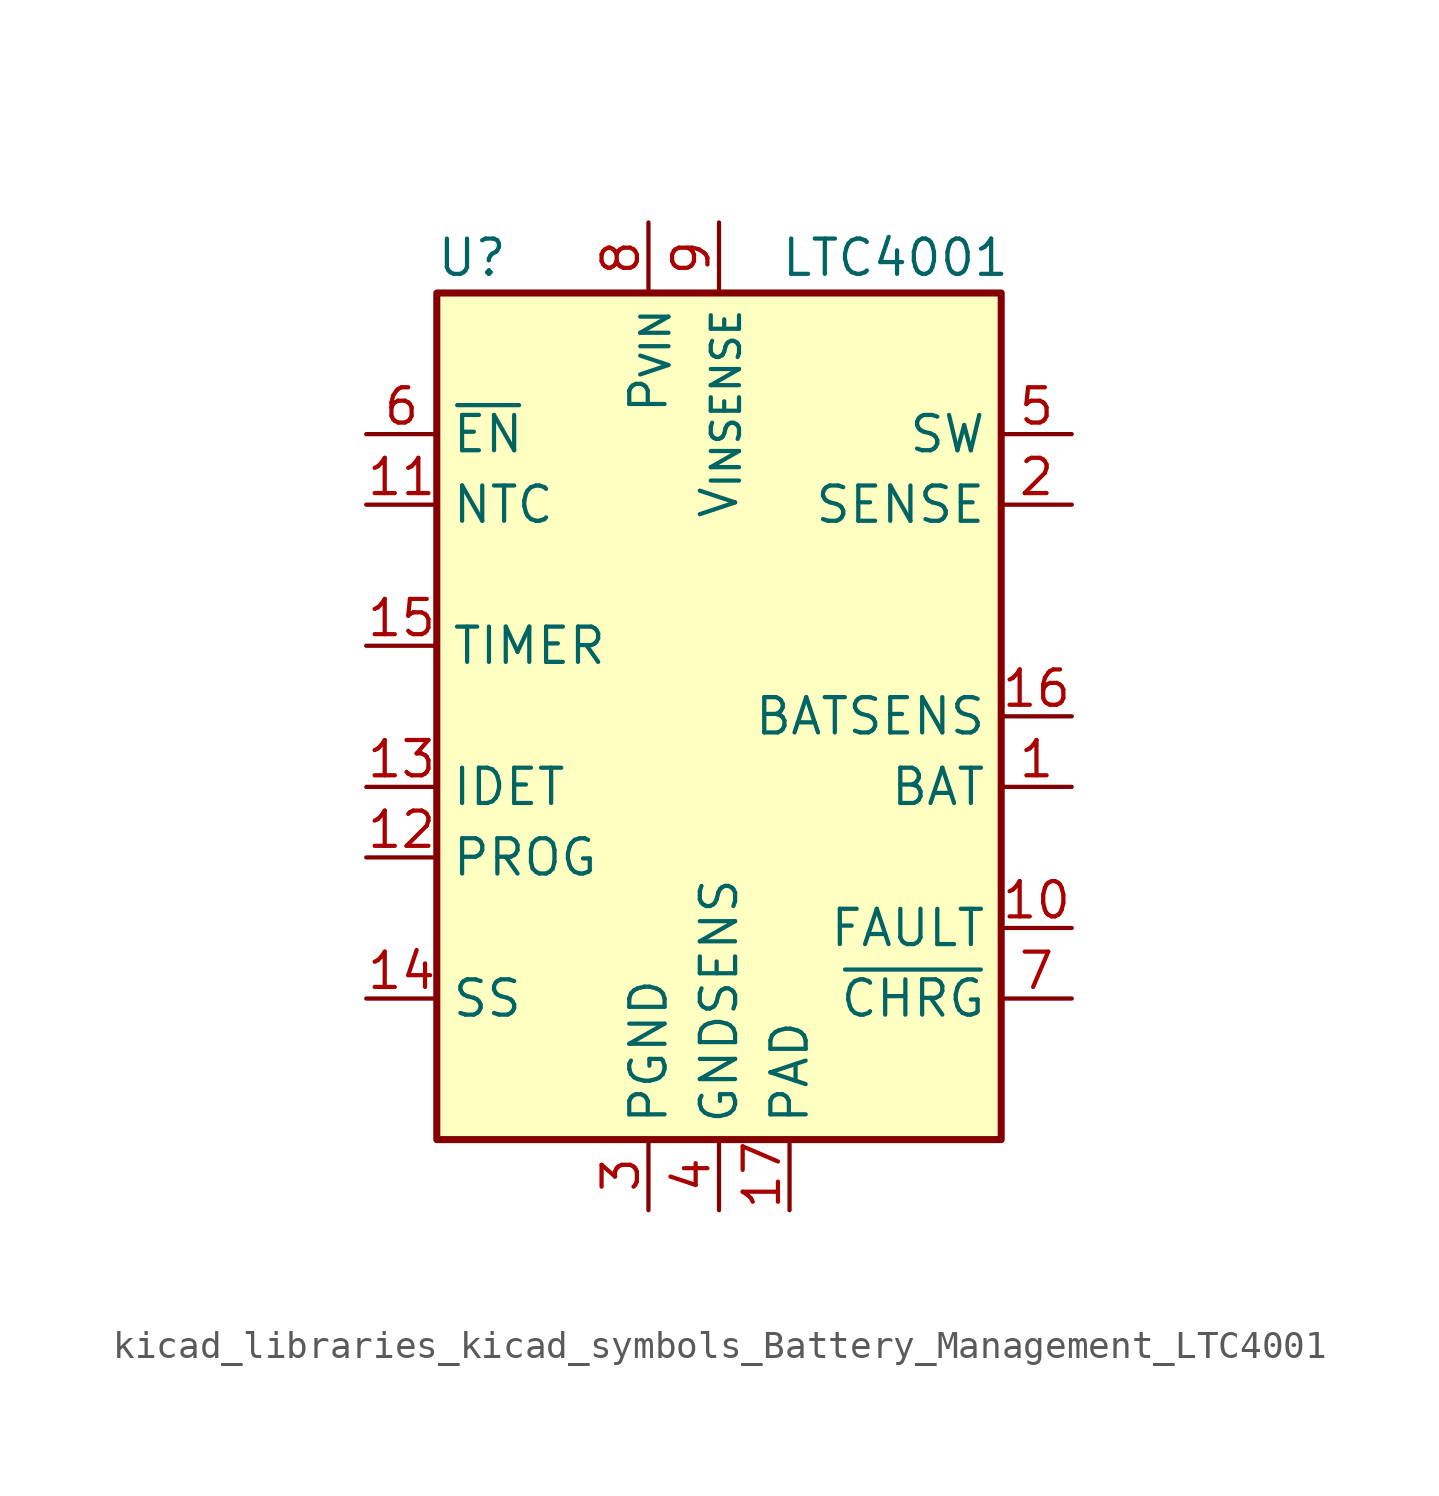
<source format=kicad_sym>
(kicad_symbol_lib
  (version 20220914)
  (generator kicad_symbol_editor)
  (symbol "kicad_libraries_kicad_symbols_Battery_Management_LTC4001"
    (property "Reference" "U"
      (at -8.89 16.51 0)
      (effects (font (size 1.27 1.27))))
    (property "Value" "LTC4001"
      (at 6.35 16.51 0)
      (effects (font (size 1.27 1.27))))
    (symbol "kicad_libraries_kicad_symbols_Battery_Management_LTC4001_0_1"
      (rectangle (start -10.16 15.24) (end 10.16 -15.24) (stroke (width 0.254) (type default)) (fill (type background))))
    (symbol "kicad_libraries_kicad_symbols_Battery_Management_LTC4001_1_1"
      (pin output line (at 12.7 -2.54 180) (length 2.54) (name "BAT" (effects (font (size 1.27 1.27)))) (number "1" (effects (font (size 1.27 1.27)))))
      (pin output line (at 12.7 -7.62 180) (length 2.54) (name "FAULT" (effects (font (size 1.27 1.27)))) (number "10" (effects (font (size 1.27 1.27)))))
      (pin input line (at -12.7 7.62 0) (length 2.54) (name "NTC" (effects (font (size 1.27 1.27)))) (number "11" (effects (font (size 1.27 1.27)))))
      (pin input line (at -12.7 -5.08 0) (length 2.54) (name "PROG" (effects (font (size 1.27 1.27)))) (number "12" (effects (font (size 1.27 1.27)))))
      (pin input line (at -12.7 -2.54 0) (length 2.54) (name "IDET" (effects (font (size 1.27 1.27)))) (number "13" (effects (font (size 1.27 1.27)))))
      (pin input line (at -12.7 -10.16 0) (length 2.54) (name "SS" (effects (font (size 1.27 1.27)))) (number "14" (effects (font (size 1.27 1.27)))))
      (pin input line (at -12.7 2.54 0) (length 2.54) (name "TIMER" (effects (font (size 1.27 1.27)))) (number "15" (effects (font (size 1.27 1.27)))))
      (pin input line (at 12.7 0 180) (length 2.54) (name "BATSENS" (effects (font (size 1.27 1.27)))) (number "16" (effects (font (size 1.27 1.27)))))
      (pin power_in line (at 2.54 -17.78 90) (length 2.54) (name "PAD" (effects (font (size 1.27 1.27)))) (number "17" (effects (font (size 1.27 1.27)))))
      (pin input line (at 12.7 7.62 180) (length 2.54) (name "SENSE" (effects (font (size 1.27 1.27)))) (number "2" (effects (font (size 1.27 1.27)))))
      (pin power_in line (at -2.54 -17.78 90) (length 2.54) (name "PGND" (effects (font (size 1.27 1.27)))) (number "3" (effects (font (size 1.27 1.27)))))
      (pin power_in line (at 0 -17.78 90) (length 2.54) (name "GNDSENS" (effects (font (size 1.27 1.27)))) (number "4" (effects (font (size 1.27 1.27)))))
      (pin output line (at 12.7 10.16 180) (length 2.54) (name "SW" (effects (font (size 1.27 1.27)))) (number "5" (effects (font (size 1.27 1.27)))))
      (pin input line (at -12.7 10.16 0) (length 2.54) (name "~{EN}" (effects (font (size 1.27 1.27)))) (number "6" (effects (font (size 1.27 1.27)))))
      (pin open_collector line (at 12.7 -10.16 180) (length 2.54) (name "~{CHRG}" (effects (font (size 1.27 1.27)))) (number "7" (effects (font (size 1.27 1.27)))))
      (pin power_in line (at -2.54 17.78 270) (length 2.54) (name "P_{VIN}" (effects (font (size 1.27 1.27)))) (number "8" (effects (font (size 1.27 1.27)))))
      (pin power_in line (at 0 17.78 270) (length 2.54) (name "V_{INSENSE}" (effects (font (size 1.27 1.27)))) (number "9" (effects (font (size 1.27 1.27))))))))
</source>
